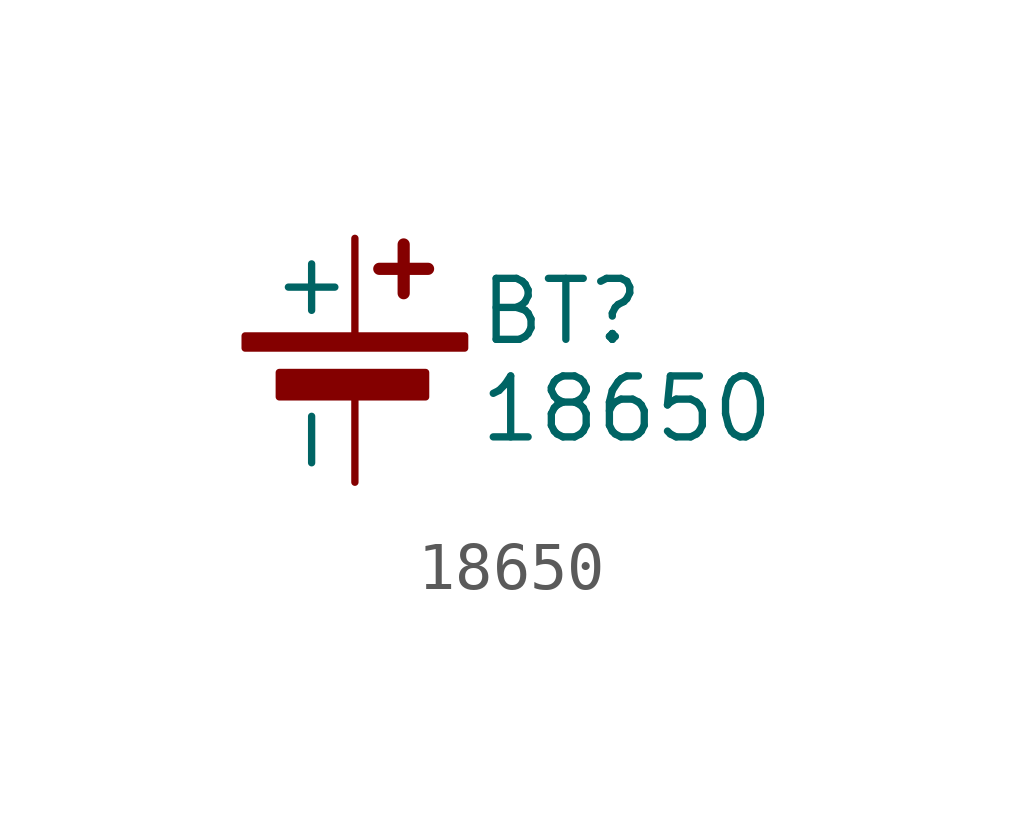
<source format=kicad_sym>
(kicad_symbol_lib
  (version 20241209)
  (generator "kicad_symbol_editor")
  (generator_version "9.0")
  (symbol "18650"
    (pin_numbers
      (hide yes))
    (pin_names
      (offset 0))
    (property "Reference" "BT"
      (at 2.54 1.016 0)
      (effects (font (size 1.27 1.27)) (justify left)))
    (property "Value" "18650"
      (at 2.54 -1.016 0)
      (effects (font (size 1.27 1.27)) (justify left)))
    (property "Footprint" ""
      (at 0 0.254 90)
      (effects (font (size 1.27 1.27))))
    (property "Datasheet" ""
      (at 0 0.254 90)
      (effects (font (size 1.27 1.27))))
    (symbol "18650_0_1"
      (rectangle (start -2.286 0.508) (end 2.286 0.254) (stroke (width 0) (type solid)) (fill (type outline)))
      (rectangle (start -1.575 -0.254) (end 1.473 -0.762) (stroke (width 0) (type solid)) (fill (type outline)))
      (polyline (pts (xy 0.508 1.905) (xy 1.524 1.905)) (stroke (width 0.254) (type solid)) (fill (type none)))
      (polyline (pts (xy 1.016 2.413) (xy 1.016 1.397)) (stroke (width 0.254) (type solid)) (fill (type none))))
    (symbol "18650_1_1"
      (pin passive line (at 0 2.54 270) (length 2.032) (name "+" (effects (font (size 1.27 1.27)))) (number "1" (effects (font (size 1.27 1.27)))))
      (pin passive line (at 0 -2.54 90) (length 1.778) (name "-" (effects (font (size 1.27 1.27)))) (number "2" (effects (font (size 1.27 1.27))))))))
</source>
